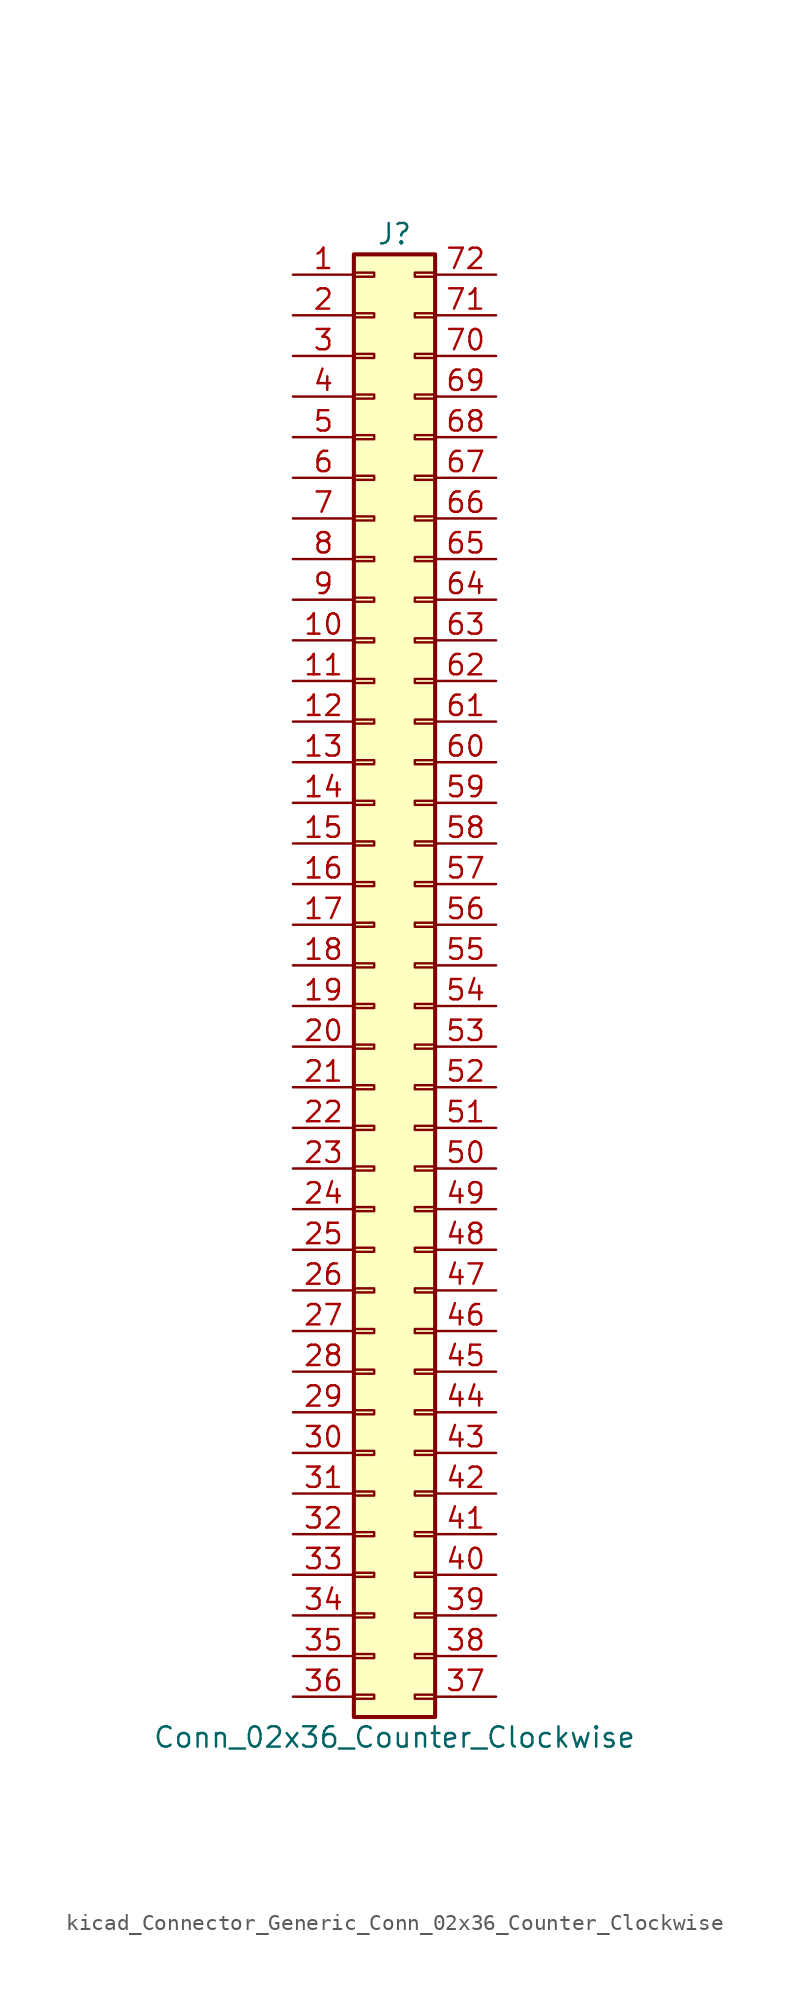
<source format=kicad_sym>
(kicad_symbol_lib
  (version 20220914)
  (generator kicad_symbol_editor)
  (symbol "kicad_Connector_Generic_Conn_02x36_Counter_Clockwise"
    (pin_names
      (offset 1.016) hide)
    (property "Reference" "J"
      (at 1.27 45.72 0)
      (effects (font (size 1.27 1.27))))
    (property "Value" "Conn_02x36_Counter_Clockwise"
      (at 1.27 -48.26 0)
      (effects (font (size 1.27 1.27))))
    (symbol "kicad_Connector_Generic_Conn_02x36_Counter_Clockwise_1_1"
      (rectangle (start -1.27 -45.593) (end 0 -45.847) (stroke (width 0.152) (type default)) (fill (type none)))
      (rectangle (start -1.27 -43.053) (end 0 -43.307) (stroke (width 0.152) (type default)) (fill (type none)))
      (rectangle (start -1.27 -40.513) (end 0 -40.767) (stroke (width 0.152) (type default)) (fill (type none)))
      (rectangle (start -1.27 -37.973) (end 0 -38.227) (stroke (width 0.152) (type default)) (fill (type none)))
      (rectangle (start -1.27 -35.433) (end 0 -35.687) (stroke (width 0.152) (type default)) (fill (type none)))
      (rectangle (start -1.27 -32.893) (end 0 -33.147) (stroke (width 0.152) (type default)) (fill (type none)))
      (rectangle (start -1.27 -30.353) (end 0 -30.607) (stroke (width 0.152) (type default)) (fill (type none)))
      (rectangle (start -1.27 -27.813) (end 0 -28.067) (stroke (width 0.152) (type default)) (fill (type none)))
      (rectangle (start -1.27 -25.273) (end 0 -25.527) (stroke (width 0.152) (type default)) (fill (type none)))
      (rectangle (start -1.27 -22.733) (end 0 -22.987) (stroke (width 0.152) (type default)) (fill (type none)))
      (rectangle (start -1.27 -20.193) (end 0 -20.447) (stroke (width 0.152) (type default)) (fill (type none)))
      (rectangle (start -1.27 -17.653) (end 0 -17.907) (stroke (width 0.152) (type default)) (fill (type none)))
      (rectangle (start -1.27 -15.113) (end 0 -15.367) (stroke (width 0.152) (type default)) (fill (type none)))
      (rectangle (start -1.27 -12.573) (end 0 -12.827) (stroke (width 0.152) (type default)) (fill (type none)))
      (rectangle (start -1.27 -10.033) (end 0 -10.287) (stroke (width 0.152) (type default)) (fill (type none)))
      (rectangle (start -1.27 -7.493) (end 0 -7.747) (stroke (width 0.152) (type default)) (fill (type none)))
      (rectangle (start -1.27 -4.953) (end 0 -5.207) (stroke (width 0.152) (type default)) (fill (type none)))
      (rectangle (start -1.27 -2.413) (end 0 -2.667) (stroke (width 0.152) (type default)) (fill (type none)))
      (rectangle (start -1.27 0.127) (end 0 -0.127) (stroke (width 0.152) (type default)) (fill (type none)))
      (rectangle (start -1.27 2.667) (end 0 2.413) (stroke (width 0.152) (type default)) (fill (type none)))
      (rectangle (start -1.27 5.207) (end 0 4.953) (stroke (width 0.152) (type default)) (fill (type none)))
      (rectangle (start -1.27 7.747) (end 0 7.493) (stroke (width 0.152) (type default)) (fill (type none)))
      (rectangle (start -1.27 10.287) (end 0 10.033) (stroke (width 0.152) (type default)) (fill (type none)))
      (rectangle (start -1.27 12.827) (end 0 12.573) (stroke (width 0.152) (type default)) (fill (type none)))
      (rectangle (start -1.27 15.367) (end 0 15.113) (stroke (width 0.152) (type default)) (fill (type none)))
      (rectangle (start -1.27 17.907) (end 0 17.653) (stroke (width 0.152) (type default)) (fill (type none)))
      (rectangle (start -1.27 20.447) (end 0 20.193) (stroke (width 0.152) (type default)) (fill (type none)))
      (rectangle (start -1.27 22.987) (end 0 22.733) (stroke (width 0.152) (type default)) (fill (type none)))
      (rectangle (start -1.27 25.527) (end 0 25.273) (stroke (width 0.152) (type default)) (fill (type none)))
      (rectangle (start -1.27 28.067) (end 0 27.813) (stroke (width 0.152) (type default)) (fill (type none)))
      (rectangle (start -1.27 30.607) (end 0 30.353) (stroke (width 0.152) (type default)) (fill (type none)))
      (rectangle (start -1.27 33.147) (end 0 32.893) (stroke (width 0.152) (type default)) (fill (type none)))
      (rectangle (start -1.27 35.687) (end 0 35.433) (stroke (width 0.152) (type default)) (fill (type none)))
      (rectangle (start -1.27 38.227) (end 0 37.973) (stroke (width 0.152) (type default)) (fill (type none)))
      (rectangle (start -1.27 40.767) (end 0 40.513) (stroke (width 0.152) (type default)) (fill (type none)))
      (rectangle (start -1.27 43.307) (end 0 43.053) (stroke (width 0.152) (type default)) (fill (type none)))
      (rectangle (start -1.27 44.45) (end 3.81 -46.99) (stroke (width 0.254) (type default)) (fill (type background)))
      (rectangle (start 3.81 -45.593) (end 2.54 -45.847) (stroke (width 0.152) (type default)) (fill (type none)))
      (rectangle (start 3.81 -43.053) (end 2.54 -43.307) (stroke (width 0.152) (type default)) (fill (type none)))
      (rectangle (start 3.81 -40.513) (end 2.54 -40.767) (stroke (width 0.152) (type default)) (fill (type none)))
      (rectangle (start 3.81 -37.973) (end 2.54 -38.227) (stroke (width 0.152) (type default)) (fill (type none)))
      (rectangle (start 3.81 -35.433) (end 2.54 -35.687) (stroke (width 0.152) (type default)) (fill (type none)))
      (rectangle (start 3.81 -32.893) (end 2.54 -33.147) (stroke (width 0.152) (type default)) (fill (type none)))
      (rectangle (start 3.81 -30.353) (end 2.54 -30.607) (stroke (width 0.152) (type default)) (fill (type none)))
      (rectangle (start 3.81 -27.813) (end 2.54 -28.067) (stroke (width 0.152) (type default)) (fill (type none)))
      (rectangle (start 3.81 -25.273) (end 2.54 -25.527) (stroke (width 0.152) (type default)) (fill (type none)))
      (rectangle (start 3.81 -22.733) (end 2.54 -22.987) (stroke (width 0.152) (type default)) (fill (type none)))
      (rectangle (start 3.81 -20.193) (end 2.54 -20.447) (stroke (width 0.152) (type default)) (fill (type none)))
      (rectangle (start 3.81 -17.653) (end 2.54 -17.907) (stroke (width 0.152) (type default)) (fill (type none)))
      (rectangle (start 3.81 -15.113) (end 2.54 -15.367) (stroke (width 0.152) (type default)) (fill (type none)))
      (rectangle (start 3.81 -12.573) (end 2.54 -12.827) (stroke (width 0.152) (type default)) (fill (type none)))
      (rectangle (start 3.81 -10.033) (end 2.54 -10.287) (stroke (width 0.152) (type default)) (fill (type none)))
      (rectangle (start 3.81 -7.493) (end 2.54 -7.747) (stroke (width 0.152) (type default)) (fill (type none)))
      (rectangle (start 3.81 -4.953) (end 2.54 -5.207) (stroke (width 0.152) (type default)) (fill (type none)))
      (rectangle (start 3.81 -2.413) (end 2.54 -2.667) (stroke (width 0.152) (type default)) (fill (type none)))
      (rectangle (start 3.81 0.127) (end 2.54 -0.127) (stroke (width 0.152) (type default)) (fill (type none)))
      (rectangle (start 3.81 2.667) (end 2.54 2.413) (stroke (width 0.152) (type default)) (fill (type none)))
      (rectangle (start 3.81 5.207) (end 2.54 4.953) (stroke (width 0.152) (type default)) (fill (type none)))
      (rectangle (start 3.81 7.747) (end 2.54 7.493) (stroke (width 0.152) (type default)) (fill (type none)))
      (rectangle (start 3.81 10.287) (end 2.54 10.033) (stroke (width 0.152) (type default)) (fill (type none)))
      (rectangle (start 3.81 12.827) (end 2.54 12.573) (stroke (width 0.152) (type default)) (fill (type none)))
      (rectangle (start 3.81 15.367) (end 2.54 15.113) (stroke (width 0.152) (type default)) (fill (type none)))
      (rectangle (start 3.81 17.907) (end 2.54 17.653) (stroke (width 0.152) (type default)) (fill (type none)))
      (rectangle (start 3.81 20.447) (end 2.54 20.193) (stroke (width 0.152) (type default)) (fill (type none)))
      (rectangle (start 3.81 22.987) (end 2.54 22.733) (stroke (width 0.152) (type default)) (fill (type none)))
      (rectangle (start 3.81 25.527) (end 2.54 25.273) (stroke (width 0.152) (type default)) (fill (type none)))
      (rectangle (start 3.81 28.067) (end 2.54 27.813) (stroke (width 0.152) (type default)) (fill (type none)))
      (rectangle (start 3.81 30.607) (end 2.54 30.353) (stroke (width 0.152) (type default)) (fill (type none)))
      (rectangle (start 3.81 33.147) (end 2.54 32.893) (stroke (width 0.152) (type default)) (fill (type none)))
      (rectangle (start 3.81 35.687) (end 2.54 35.433) (stroke (width 0.152) (type default)) (fill (type none)))
      (rectangle (start 3.81 38.227) (end 2.54 37.973) (stroke (width 0.152) (type default)) (fill (type none)))
      (rectangle (start 3.81 40.767) (end 2.54 40.513) (stroke (width 0.152) (type default)) (fill (type none)))
      (rectangle (start 3.81 43.307) (end 2.54 43.053) (stroke (width 0.152) (type default)) (fill (type none)))
      (pin passive line (at -5.08 43.18 0) (length 3.81) (name "Pin_1" (effects (font (size 1.27 1.27)))) (number "1" (effects (font (size 1.27 1.27)))))
      (pin passive line (at -5.08 20.32 0) (length 3.81) (name "Pin_10" (effects (font (size 1.27 1.27)))) (number "10" (effects (font (size 1.27 1.27)))))
      (pin passive line (at -5.08 17.78 0) (length 3.81) (name "Pin_11" (effects (font (size 1.27 1.27)))) (number "11" (effects (font (size 1.27 1.27)))))
      (pin passive line (at -5.08 15.24 0) (length 3.81) (name "Pin_12" (effects (font (size 1.27 1.27)))) (number "12" (effects (font (size 1.27 1.27)))))
      (pin passive line (at -5.08 12.7 0) (length 3.81) (name "Pin_13" (effects (font (size 1.27 1.27)))) (number "13" (effects (font (size 1.27 1.27)))))
      (pin passive line (at -5.08 10.16 0) (length 3.81) (name "Pin_14" (effects (font (size 1.27 1.27)))) (number "14" (effects (font (size 1.27 1.27)))))
      (pin passive line (at -5.08 7.62 0) (length 3.81) (name "Pin_15" (effects (font (size 1.27 1.27)))) (number "15" (effects (font (size 1.27 1.27)))))
      (pin passive line (at -5.08 5.08 0) (length 3.81) (name "Pin_16" (effects (font (size 1.27 1.27)))) (number "16" (effects (font (size 1.27 1.27)))))
      (pin passive line (at -5.08 2.54 0) (length 3.81) (name "Pin_17" (effects (font (size 1.27 1.27)))) (number "17" (effects (font (size 1.27 1.27)))))
      (pin passive line (at -5.08 0 0) (length 3.81) (name "Pin_18" (effects (font (size 1.27 1.27)))) (number "18" (effects (font (size 1.27 1.27)))))
      (pin passive line (at -5.08 -2.54 0) (length 3.81) (name "Pin_19" (effects (font (size 1.27 1.27)))) (number "19" (effects (font (size 1.27 1.27)))))
      (pin passive line (at -5.08 40.64 0) (length 3.81) (name "Pin_2" (effects (font (size 1.27 1.27)))) (number "2" (effects (font (size 1.27 1.27)))))
      (pin passive line (at -5.08 -5.08 0) (length 3.81) (name "Pin_20" (effects (font (size 1.27 1.27)))) (number "20" (effects (font (size 1.27 1.27)))))
      (pin passive line (at -5.08 -7.62 0) (length 3.81) (name "Pin_21" (effects (font (size 1.27 1.27)))) (number "21" (effects (font (size 1.27 1.27)))))
      (pin passive line (at -5.08 -10.16 0) (length 3.81) (name "Pin_22" (effects (font (size 1.27 1.27)))) (number "22" (effects (font (size 1.27 1.27)))))
      (pin passive line (at -5.08 -12.7 0) (length 3.81) (name "Pin_23" (effects (font (size 1.27 1.27)))) (number "23" (effects (font (size 1.27 1.27)))))
      (pin passive line (at -5.08 -15.24 0) (length 3.81) (name "Pin_24" (effects (font (size 1.27 1.27)))) (number "24" (effects (font (size 1.27 1.27)))))
      (pin passive line (at -5.08 -17.78 0) (length 3.81) (name "Pin_25" (effects (font (size 1.27 1.27)))) (number "25" (effects (font (size 1.27 1.27)))))
      (pin passive line (at -5.08 -20.32 0) (length 3.81) (name "Pin_26" (effects (font (size 1.27 1.27)))) (number "26" (effects (font (size 1.27 1.27)))))
      (pin passive line (at -5.08 -22.86 0) (length 3.81) (name "Pin_27" (effects (font (size 1.27 1.27)))) (number "27" (effects (font (size 1.27 1.27)))))
      (pin passive line (at -5.08 -25.4 0) (length 3.81) (name "Pin_28" (effects (font (size 1.27 1.27)))) (number "28" (effects (font (size 1.27 1.27)))))
      (pin passive line (at -5.08 -27.94 0) (length 3.81) (name "Pin_29" (effects (font (size 1.27 1.27)))) (number "29" (effects (font (size 1.27 1.27)))))
      (pin passive line (at -5.08 38.1 0) (length 3.81) (name "Pin_3" (effects (font (size 1.27 1.27)))) (number "3" (effects (font (size 1.27 1.27)))))
      (pin passive line (at -5.08 -30.48 0) (length 3.81) (name "Pin_30" (effects (font (size 1.27 1.27)))) (number "30" (effects (font (size 1.27 1.27)))))
      (pin passive line (at -5.08 -33.02 0) (length 3.81) (name "Pin_31" (effects (font (size 1.27 1.27)))) (number "31" (effects (font (size 1.27 1.27)))))
      (pin passive line (at -5.08 -35.56 0) (length 3.81) (name "Pin_32" (effects (font (size 1.27 1.27)))) (number "32" (effects (font (size 1.27 1.27)))))
      (pin passive line (at -5.08 -38.1 0) (length 3.81) (name "Pin_33" (effects (font (size 1.27 1.27)))) (number "33" (effects (font (size 1.27 1.27)))))
      (pin passive line (at -5.08 -40.64 0) (length 3.81) (name "Pin_34" (effects (font (size 1.27 1.27)))) (number "34" (effects (font (size 1.27 1.27)))))
      (pin passive line (at -5.08 -43.18 0) (length 3.81) (name "Pin_35" (effects (font (size 1.27 1.27)))) (number "35" (effects (font (size 1.27 1.27)))))
      (pin passive line (at -5.08 -45.72 0) (length 3.81) (name "Pin_36" (effects (font (size 1.27 1.27)))) (number "36" (effects (font (size 1.27 1.27)))))
      (pin passive line (at 7.62 -45.72 180) (length 3.81) (name "Pin_37" (effects (font (size 1.27 1.27)))) (number "37" (effects (font (size 1.27 1.27)))))
      (pin passive line (at 7.62 -43.18 180) (length 3.81) (name "Pin_38" (effects (font (size 1.27 1.27)))) (number "38" (effects (font (size 1.27 1.27)))))
      (pin passive line (at 7.62 -40.64 180) (length 3.81) (name "Pin_39" (effects (font (size 1.27 1.27)))) (number "39" (effects (font (size 1.27 1.27)))))
      (pin passive line (at -5.08 35.56 0) (length 3.81) (name "Pin_4" (effects (font (size 1.27 1.27)))) (number "4" (effects (font (size 1.27 1.27)))))
      (pin passive line (at 7.62 -38.1 180) (length 3.81) (name "Pin_40" (effects (font (size 1.27 1.27)))) (number "40" (effects (font (size 1.27 1.27)))))
      (pin passive line (at 7.62 -35.56 180) (length 3.81) (name "Pin_41" (effects (font (size 1.27 1.27)))) (number "41" (effects (font (size 1.27 1.27)))))
      (pin passive line (at 7.62 -33.02 180) (length 3.81) (name "Pin_42" (effects (font (size 1.27 1.27)))) (number "42" (effects (font (size 1.27 1.27)))))
      (pin passive line (at 7.62 -30.48 180) (length 3.81) (name "Pin_43" (effects (font (size 1.27 1.27)))) (number "43" (effects (font (size 1.27 1.27)))))
      (pin passive line (at 7.62 -27.94 180) (length 3.81) (name "Pin_44" (effects (font (size 1.27 1.27)))) (number "44" (effects (font (size 1.27 1.27)))))
      (pin passive line (at 7.62 -25.4 180) (length 3.81) (name "Pin_45" (effects (font (size 1.27 1.27)))) (number "45" (effects (font (size 1.27 1.27)))))
      (pin passive line (at 7.62 -22.86 180) (length 3.81) (name "Pin_46" (effects (font (size 1.27 1.27)))) (number "46" (effects (font (size 1.27 1.27)))))
      (pin passive line (at 7.62 -20.32 180) (length 3.81) (name "Pin_47" (effects (font (size 1.27 1.27)))) (number "47" (effects (font (size 1.27 1.27)))))
      (pin passive line (at 7.62 -17.78 180) (length 3.81) (name "Pin_48" (effects (font (size 1.27 1.27)))) (number "48" (effects (font (size 1.27 1.27)))))
      (pin passive line (at 7.62 -15.24 180) (length 3.81) (name "Pin_49" (effects (font (size 1.27 1.27)))) (number "49" (effects (font (size 1.27 1.27)))))
      (pin passive line (at -5.08 33.02 0) (length 3.81) (name "Pin_5" (effects (font (size 1.27 1.27)))) (number "5" (effects (font (size 1.27 1.27)))))
      (pin passive line (at 7.62 -12.7 180) (length 3.81) (name "Pin_50" (effects (font (size 1.27 1.27)))) (number "50" (effects (font (size 1.27 1.27)))))
      (pin passive line (at 7.62 -10.16 180) (length 3.81) (name "Pin_51" (effects (font (size 1.27 1.27)))) (number "51" (effects (font (size 1.27 1.27)))))
      (pin passive line (at 7.62 -7.62 180) (length 3.81) (name "Pin_52" (effects (font (size 1.27 1.27)))) (number "52" (effects (font (size 1.27 1.27)))))
      (pin passive line (at 7.62 -5.08 180) (length 3.81) (name "Pin_53" (effects (font (size 1.27 1.27)))) (number "53" (effects (font (size 1.27 1.27)))))
      (pin passive line (at 7.62 -2.54 180) (length 3.81) (name "Pin_54" (effects (font (size 1.27 1.27)))) (number "54" (effects (font (size 1.27 1.27)))))
      (pin passive line (at 7.62 0 180) (length 3.81) (name "Pin_55" (effects (font (size 1.27 1.27)))) (number "55" (effects (font (size 1.27 1.27)))))
      (pin passive line (at 7.62 2.54 180) (length 3.81) (name "Pin_56" (effects (font (size 1.27 1.27)))) (number "56" (effects (font (size 1.27 1.27)))))
      (pin passive line (at 7.62 5.08 180) (length 3.81) (name "Pin_57" (effects (font (size 1.27 1.27)))) (number "57" (effects (font (size 1.27 1.27)))))
      (pin passive line (at 7.62 7.62 180) (length 3.81) (name "Pin_58" (effects (font (size 1.27 1.27)))) (number "58" (effects (font (size 1.27 1.27)))))
      (pin passive line (at 7.62 10.16 180) (length 3.81) (name "Pin_59" (effects (font (size 1.27 1.27)))) (number "59" (effects (font (size 1.27 1.27)))))
      (pin passive line (at -5.08 30.48 0) (length 3.81) (name "Pin_6" (effects (font (size 1.27 1.27)))) (number "6" (effects (font (size 1.27 1.27)))))
      (pin passive line (at 7.62 12.7 180) (length 3.81) (name "Pin_60" (effects (font (size 1.27 1.27)))) (number "60" (effects (font (size 1.27 1.27)))))
      (pin passive line (at 7.62 15.24 180) (length 3.81) (name "Pin_61" (effects (font (size 1.27 1.27)))) (number "61" (effects (font (size 1.27 1.27)))))
      (pin passive line (at 7.62 17.78 180) (length 3.81) (name "Pin_62" (effects (font (size 1.27 1.27)))) (number "62" (effects (font (size 1.27 1.27)))))
      (pin passive line (at 7.62 20.32 180) (length 3.81) (name "Pin_63" (effects (font (size 1.27 1.27)))) (number "63" (effects (font (size 1.27 1.27)))))
      (pin passive line (at 7.62 22.86 180) (length 3.81) (name "Pin_64" (effects (font (size 1.27 1.27)))) (number "64" (effects (font (size 1.27 1.27)))))
      (pin passive line (at 7.62 25.4 180) (length 3.81) (name "Pin_65" (effects (font (size 1.27 1.27)))) (number "65" (effects (font (size 1.27 1.27)))))
      (pin passive line (at 7.62 27.94 180) (length 3.81) (name "Pin_66" (effects (font (size 1.27 1.27)))) (number "66" (effects (font (size 1.27 1.27)))))
      (pin passive line (at 7.62 30.48 180) (length 3.81) (name "Pin_67" (effects (font (size 1.27 1.27)))) (number "67" (effects (font (size 1.27 1.27)))))
      (pin passive line (at 7.62 33.02 180) (length 3.81) (name "Pin_68" (effects (font (size 1.27 1.27)))) (number "68" (effects (font (size 1.27 1.27)))))
      (pin passive line (at 7.62 35.56 180) (length 3.81) (name "Pin_69" (effects (font (size 1.27 1.27)))) (number "69" (effects (font (size 1.27 1.27)))))
      (pin passive line (at -5.08 27.94 0) (length 3.81) (name "Pin_7" (effects (font (size 1.27 1.27)))) (number "7" (effects (font (size 1.27 1.27)))))
      (pin passive line (at 7.62 38.1 180) (length 3.81) (name "Pin_70" (effects (font (size 1.27 1.27)))) (number "70" (effects (font (size 1.27 1.27)))))
      (pin passive line (at 7.62 40.64 180) (length 3.81) (name "Pin_71" (effects (font (size 1.27 1.27)))) (number "71" (effects (font (size 1.27 1.27)))))
      (pin passive line (at 7.62 43.18 180) (length 3.81) (name "Pin_72" (effects (font (size 1.27 1.27)))) (number "72" (effects (font (size 1.27 1.27)))))
      (pin passive line (at -5.08 25.4 0) (length 3.81) (name "Pin_8" (effects (font (size 1.27 1.27)))) (number "8" (effects (font (size 1.27 1.27)))))
      (pin passive line (at -5.08 22.86 0) (length 3.81) (name "Pin_9" (effects (font (size 1.27 1.27)))) (number "9" (effects (font (size 1.27 1.27))))))))
</source>
